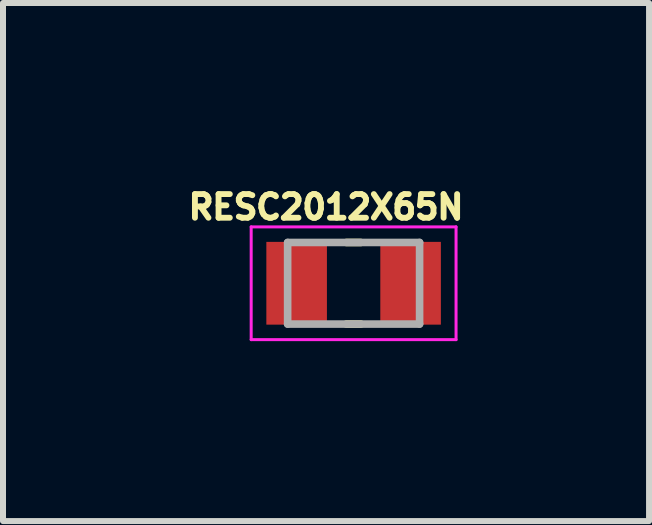
<source format=kicad_pcb>
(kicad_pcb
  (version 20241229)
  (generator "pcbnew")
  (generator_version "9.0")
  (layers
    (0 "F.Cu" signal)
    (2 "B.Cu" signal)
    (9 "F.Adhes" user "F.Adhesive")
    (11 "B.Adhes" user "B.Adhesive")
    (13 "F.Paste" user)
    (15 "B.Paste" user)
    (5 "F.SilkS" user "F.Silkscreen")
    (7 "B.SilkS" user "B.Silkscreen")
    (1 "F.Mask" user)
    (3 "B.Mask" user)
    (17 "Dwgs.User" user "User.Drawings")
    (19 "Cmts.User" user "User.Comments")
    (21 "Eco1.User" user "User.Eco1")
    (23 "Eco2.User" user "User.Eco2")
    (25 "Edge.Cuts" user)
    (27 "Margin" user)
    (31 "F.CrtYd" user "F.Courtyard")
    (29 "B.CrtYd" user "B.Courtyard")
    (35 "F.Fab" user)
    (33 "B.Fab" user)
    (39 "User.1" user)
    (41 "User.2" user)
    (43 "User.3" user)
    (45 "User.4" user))
  (footprint "RESC2012X65N"
    (layer "F.Cu")
    (at 2.846 1.673)
    (property "Reference" "RESC2012X65N" (at -0.46 -1.27 0) (layer "F.SilkS") (effects (font (size 0.394 0.394) (thickness 0.098))))
    (attr smd)
    (fp_line (start -0.12 -0.68) (end 0.12 -0.68) (stroke (width 0.127) (type solid)) (layer "F.SilkS"))
    (fp_line (start -0.12 0.68) (end 0.12 0.68) (stroke (width 0.127) (type solid)) (layer "F.SilkS"))
    (fp_line (start -1.708 -0.94) (end 1.708 -0.94) (stroke (width 0.05) (type solid)) (layer "F.CrtYd"))
    (fp_line (start -1.708 0.94) (end -1.708 -0.94) (stroke (width 0.05) (type solid)) (layer "F.CrtYd"))
    (fp_line (start -1.708 0.94) (end 1.708 0.94) (stroke (width 0.05) (type solid)) (layer "F.CrtYd"))
    (fp_line (start 1.708 0.94) (end 1.708 -0.94) (stroke (width 0.05) (type solid)) (layer "F.CrtYd"))
    (fp_line (start -1.1 0.68) (end -1.1 -0.68) (stroke (width 0.127) (type solid)) (layer "F.Fab"))
    (fp_line (start 1.1 -0.68) (end -1.1 -0.68) (stroke (width 0.127) (type solid)) (layer "F.Fab"))
    (fp_line (start 1.1 0.68) (end -1.1 0.68) (stroke (width 0.127) (type solid)) (layer "F.Fab"))
    (fp_line (start 1.1 0.68) (end 1.1 -0.68) (stroke (width 0.127) (type solid)) (layer "F.Fab"))
    (pad "1" smd rect (at -0.95 0) (size 1.01 1.38) (layers "F.Cu" "F.Mask" "F.Paste"))
    (pad "2" smd rect (at 0.95 0) (size 1.01 1.38) (layers "F.Cu" "F.Mask" "F.Paste")))
  (gr_rect
    (start -3 -3)
    (end 7.772 5.638)
    (stroke (width 0.1) (type default))
    (fill no)
    (layer "Edge.Cuts")))
</source>
